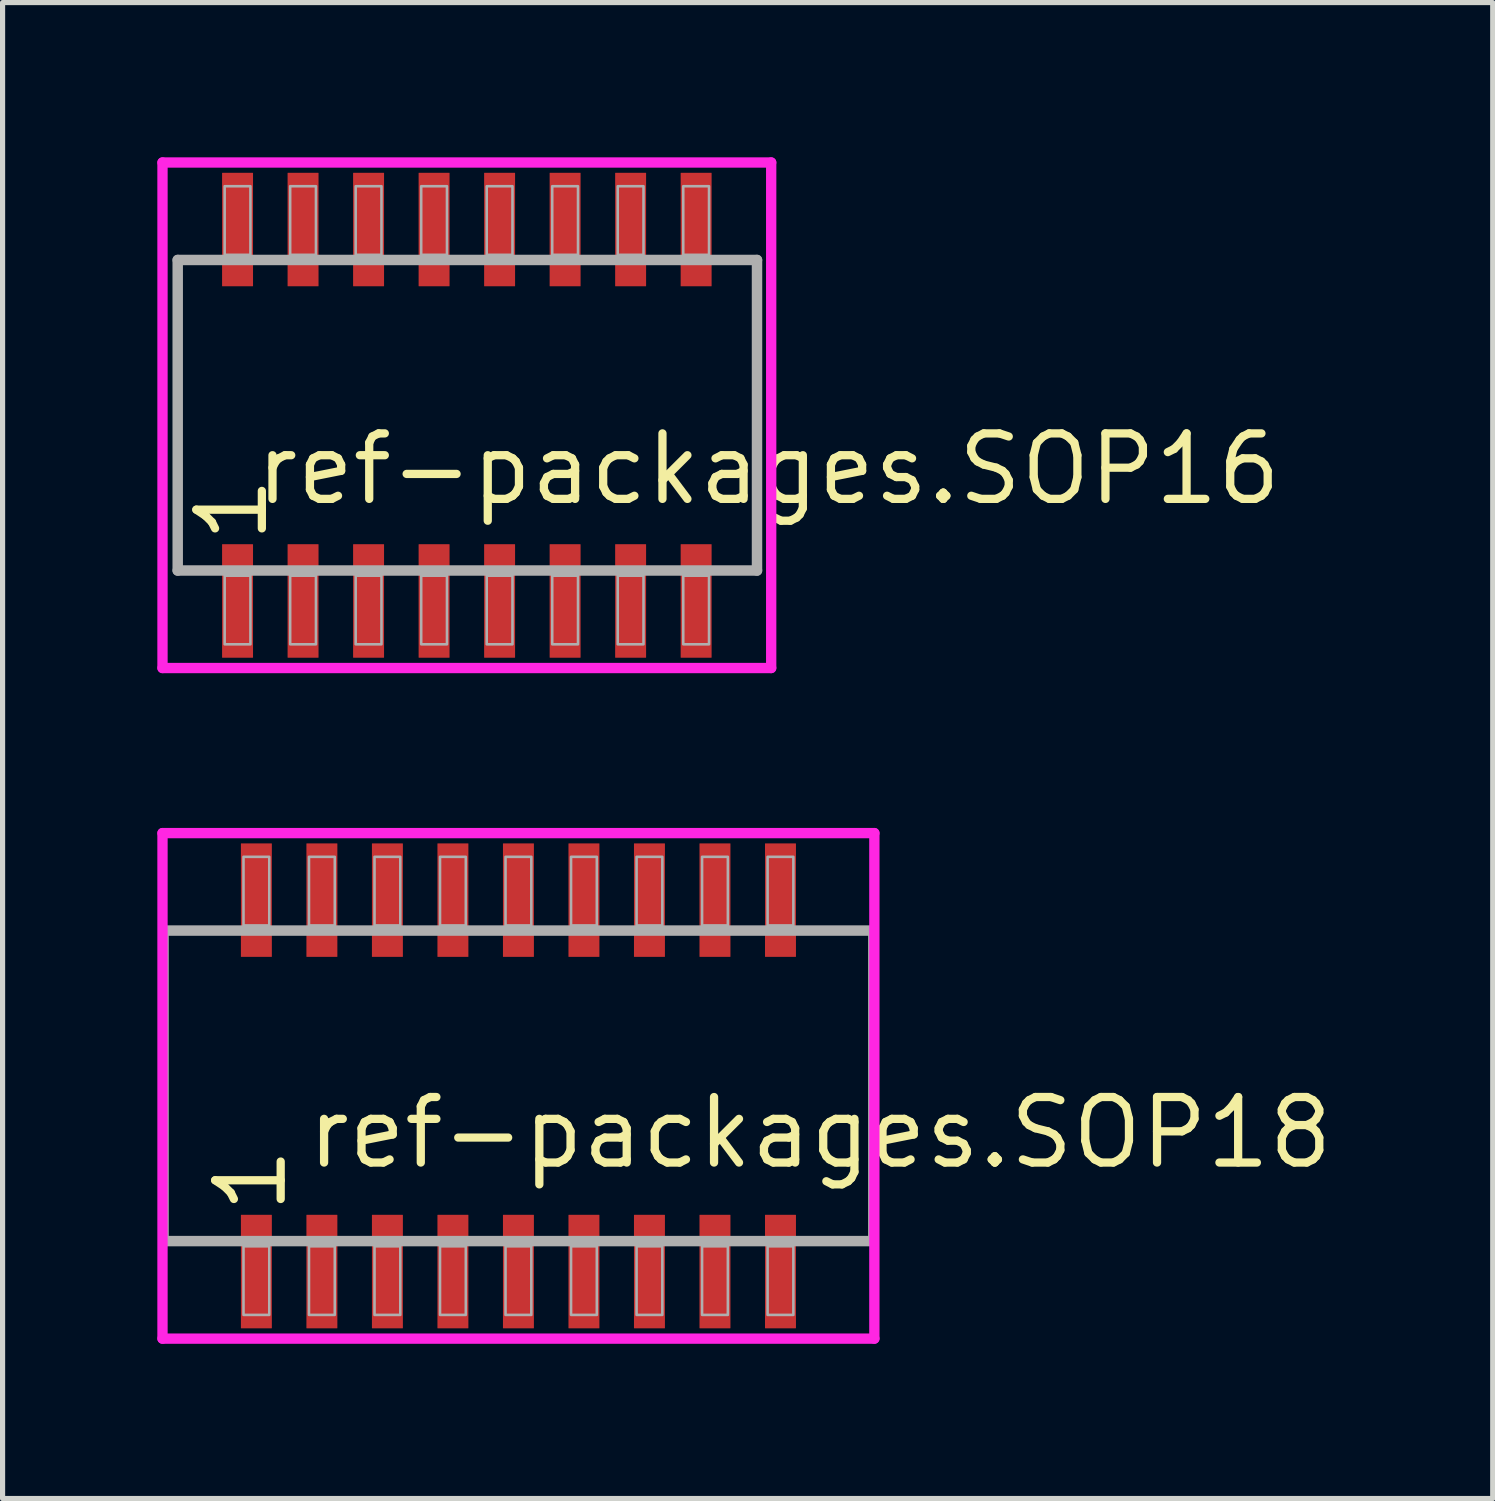
<source format=kicad_pcb>
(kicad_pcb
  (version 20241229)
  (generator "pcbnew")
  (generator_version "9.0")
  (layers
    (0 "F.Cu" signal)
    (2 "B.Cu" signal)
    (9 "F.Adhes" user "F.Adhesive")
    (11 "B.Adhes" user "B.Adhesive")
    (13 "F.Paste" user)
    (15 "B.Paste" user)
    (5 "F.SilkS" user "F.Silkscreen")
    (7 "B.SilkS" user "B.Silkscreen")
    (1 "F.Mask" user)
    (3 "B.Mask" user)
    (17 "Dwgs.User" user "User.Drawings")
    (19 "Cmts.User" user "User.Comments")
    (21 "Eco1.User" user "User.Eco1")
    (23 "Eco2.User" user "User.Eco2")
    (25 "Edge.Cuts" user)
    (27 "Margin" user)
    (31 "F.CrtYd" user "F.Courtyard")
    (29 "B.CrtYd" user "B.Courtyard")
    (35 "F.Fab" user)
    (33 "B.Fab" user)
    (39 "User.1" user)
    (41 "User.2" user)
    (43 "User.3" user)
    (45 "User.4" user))
  (footprint "ref-packages.SOP16"
    (layer "F.Cu")
    (at 6 5)
    (property "Reference" "ref-packages.SOP16" (at -4.175 1.785 0) (layer "F.SilkS") (effects (font (size 1.27 1.27) (thickness 0.16)) (justify left bottom)))
    (attr smd)
    (fp_line (start -5.9 -4.9) (end 5.9 -4.9) (stroke (width 0.2) (type default)) (layer "F.CrtYd"))
    (fp_line (start -5.9 4.9) (end -5.9 -4.9) (stroke (width 0.2) (type default)) (layer "F.CrtYd"))
    (fp_line (start 5.9 -4.9) (end 5.9 4.9) (stroke (width 0.2) (type default)) (layer "F.CrtYd"))
    (fp_line (start 5.9 4.9) (end -5.9 4.9) (stroke (width 0.2) (type default)) (layer "F.CrtYd"))
    (fp_line (start -5.605 -3.01) (end 5.625 -3.01) (stroke (width 0.203) (type default)) (layer "F.Fab"))
    (fp_line (start -5.605 3.01) (end -5.605 -3.01) (stroke (width 0.203) (type default)) (layer "F.Fab"))
    (fp_line (start 5.625 -3.01) (end 5.625 3.01) (stroke (width 0.203) (type default)) (layer "F.Fab"))
    (fp_line (start 5.625 3.01) (end -5.605 3.01) (stroke (width 0.203) (type default)) (layer "F.Fab"))
    (fp_rect (start -4.695 -3.11) (end -4.195 -4.44) (stroke (width 0.05) (type default)) (fill no) (layer "F.Fab"))
    (fp_rect (start -4.695 4.44) (end -4.195 3.11) (stroke (width 0.05) (type default)) (fill no) (layer "F.Fab"))
    (fp_rect (start -3.425 -3.11) (end -2.925 -4.44) (stroke (width 0.05) (type default)) (fill no) (layer "F.Fab"))
    (fp_rect (start -3.425 4.44) (end -2.925 3.11) (stroke (width 0.05) (type default)) (fill no) (layer "F.Fab"))
    (fp_rect (start -2.155 -3.11) (end -1.655 -4.44) (stroke (width 0.05) (type default)) (fill no) (layer "F.Fab"))
    (fp_rect (start -2.155 4.44) (end -1.655 3.11) (stroke (width 0.05) (type default)) (fill no) (layer "F.Fab"))
    (fp_rect (start -0.885 -3.11) (end -0.385 -4.44) (stroke (width 0.05) (type default)) (fill no) (layer "F.Fab"))
    (fp_rect (start -0.885 4.44) (end -0.385 3.11) (stroke (width 0.05) (type default)) (fill no) (layer "F.Fab"))
    (fp_rect (start 0.385 -3.11) (end 0.885 -4.44) (stroke (width 0.05) (type default)) (fill no) (layer "F.Fab"))
    (fp_rect (start 0.385 4.44) (end 0.885 3.11) (stroke (width 0.05) (type default)) (fill no) (layer "F.Fab"))
    (fp_rect (start 1.655 -3.11) (end 2.155 -4.44) (stroke (width 0.05) (type default)) (fill no) (layer "F.Fab"))
    (fp_rect (start 1.655 4.44) (end 2.155 3.11) (stroke (width 0.05) (type default)) (fill no) (layer "F.Fab"))
    (fp_rect (start 2.925 -3.11) (end 3.425 -4.44) (stroke (width 0.05) (type default)) (fill no) (layer "F.Fab"))
    (fp_rect (start 2.925 4.44) (end 3.425 3.11) (stroke (width 0.05) (type default)) (fill no) (layer "F.Fab"))
    (fp_rect (start 4.195 -3.11) (end 4.695 -4.44) (stroke (width 0.05) (type default)) (fill no) (layer "F.Fab"))
    (fp_rect (start 4.195 4.44) (end 4.695 3.11) (stroke (width 0.05) (type default)) (fill no) (layer "F.Fab"))
    (fp_text user "1" (at -3.81 2.54 90) (layer "F.SilkS") (effects (font (size 1.27 1.27) (thickness 0.16)) (justify left bottom)))
    (pad "1" smd roundrect (at -4.445 3.6) (size 0.6 2.2) (layers "F.Cu" "F.Mask" "F.Paste") (roundrect_rratio 0.01))
    (pad "2" smd roundrect (at -3.175 3.6) (size 0.6 2.2) (layers "F.Cu" "F.Mask" "F.Paste") (roundrect_rratio 0.01))
    (pad "3" smd roundrect (at -1.905 3.6) (size 0.6 2.2) (layers "F.Cu" "F.Mask" "F.Paste") (roundrect_rratio 0.01))
    (pad "4" smd roundrect (at -0.635 3.6) (size 0.6 2.2) (layers "F.Cu" "F.Mask" "F.Paste") (roundrect_rratio 0.01))
    (pad "5" smd roundrect (at 0.635 3.6) (size 0.6 2.2) (layers "F.Cu" "F.Mask" "F.Paste") (roundrect_rratio 0.01))
    (pad "6" smd roundrect (at 1.905 3.6) (size 0.6 2.2) (layers "F.Cu" "F.Mask" "F.Paste") (roundrect_rratio 0.01))
    (pad "7" smd roundrect (at 3.175 3.6) (size 0.6 2.2) (layers "F.Cu" "F.Mask" "F.Paste") (roundrect_rratio 0.01))
    (pad "8" smd roundrect (at 4.445 3.6) (size 0.6 2.2) (layers "F.Cu" "F.Mask" "F.Paste") (roundrect_rratio 0.01))
    (pad "9" smd roundrect (at 4.445 -3.6) (size 0.6 2.2) (layers "F.Cu" "F.Mask" "F.Paste") (roundrect_rratio 0.01))
    (pad "10" smd roundrect (at 3.175 -3.6) (size 0.6 2.2) (layers "F.Cu" "F.Mask" "F.Paste") (roundrect_rratio 0.01))
    (pad "11" smd roundrect (at 1.905 -3.6) (size 0.6 2.2) (layers "F.Cu" "F.Mask" "F.Paste") (roundrect_rratio 0.01))
    (pad "12" smd roundrect (at 0.635 -3.6) (size 0.6 2.2) (layers "F.Cu" "F.Mask" "F.Paste") (roundrect_rratio 0.01))
    (pad "13" smd roundrect (at -0.635 -3.6) (size 0.6 2.2) (layers "F.Cu" "F.Mask" "F.Paste") (roundrect_rratio 0.01))
    (pad "14" smd roundrect (at -1.905 -3.6) (size 0.6 2.2) (layers "F.Cu" "F.Mask" "F.Paste") (roundrect_rratio 0.01))
    (pad "15" smd roundrect (at -3.175 -3.6) (size 0.6 2.2) (layers "F.Cu" "F.Mask" "F.Paste") (roundrect_rratio 0.01))
    (pad "16" smd roundrect (at -4.445 -3.6) (size 0.6 2.2) (layers "F.Cu" "F.Mask" "F.Paste") (roundrect_rratio 0.01)))
  (footprint "ref-packages.SOP18"
    (layer "F.Cu")
    (at 7 18)
    (property "Reference" "ref-packages.SOP18" (at -4.175 1.65 0) (layer "F.SilkS") (effects (font (size 1.27 1.27) (thickness 0.16)) (justify left bottom)))
    (attr smd)
    (fp_line (start -6.9 -4.9) (end 6.9 -4.9) (stroke (width 0.2) (type default)) (layer "F.CrtYd"))
    (fp_line (start -6.9 4.9) (end -6.9 -4.9) (stroke (width 0.2) (type default)) (layer "F.CrtYd"))
    (fp_line (start 6.9 -4.9) (end 6.9 4.9) (stroke (width 0.2) (type default)) (layer "F.CrtYd"))
    (fp_line (start 6.9 4.9) (end -6.9 4.9) (stroke (width 0.2) (type default)) (layer "F.CrtYd"))
    (fp_line (start -6.88 -3.01) (end 6.88 -3.01) (stroke (width 0.203) (type default)) (layer "F.Fab"))
    (fp_line (start -6.88 3.01) (end -6.88 -3.01) (stroke (width 0.203) (type default)) (layer "F.Fab"))
    (fp_line (start 6.88 -3.01) (end 6.88 3.01) (stroke (width 0.203) (type default)) (layer "F.Fab"))
    (fp_line (start 6.88 3.01) (end -6.88 3.01) (stroke (width 0.203) (type default)) (layer "F.Fab"))
    (fp_rect (start -5.33 -3.11) (end -4.83 -4.44) (stroke (width 0.05) (type default)) (fill no) (layer "F.Fab"))
    (fp_rect (start -5.33 4.44) (end -4.83 3.11) (stroke (width 0.05) (type default)) (fill no) (layer "F.Fab"))
    (fp_rect (start -4.06 -3.11) (end -3.56 -4.44) (stroke (width 0.05) (type default)) (fill no) (layer "F.Fab"))
    (fp_rect (start -4.06 4.44) (end -3.56 3.11) (stroke (width 0.05) (type default)) (fill no) (layer "F.Fab"))
    (fp_rect (start -2.79 -3.11) (end -2.29 -4.44) (stroke (width 0.05) (type default)) (fill no) (layer "F.Fab"))
    (fp_rect (start -2.79 4.44) (end -2.29 3.11) (stroke (width 0.05) (type default)) (fill no) (layer "F.Fab"))
    (fp_rect (start -1.52 -3.11) (end -1.02 -4.44) (stroke (width 0.05) (type default)) (fill no) (layer "F.Fab"))
    (fp_rect (start -1.52 4.44) (end -1.02 3.11) (stroke (width 0.05) (type default)) (fill no) (layer "F.Fab"))
    (fp_rect (start -0.25 -3.11) (end 0.25 -4.44) (stroke (width 0.05) (type default)) (fill no) (layer "F.Fab"))
    (fp_rect (start -0.25 4.44) (end 0.25 3.11) (stroke (width 0.05) (type default)) (fill no) (layer "F.Fab"))
    (fp_rect (start 1.02 -3.11) (end 1.52 -4.44) (stroke (width 0.05) (type default)) (fill no) (layer "F.Fab"))
    (fp_rect (start 1.02 4.44) (end 1.52 3.11) (stroke (width 0.05) (type default)) (fill no) (layer "F.Fab"))
    (fp_rect (start 2.29 -3.11) (end 2.79 -4.44) (stroke (width 0.05) (type default)) (fill no) (layer "F.Fab"))
    (fp_rect (start 2.29 4.44) (end 2.79 3.11) (stroke (width 0.05) (type default)) (fill no) (layer "F.Fab"))
    (fp_rect (start 3.56 -3.11) (end 4.06 -4.44) (stroke (width 0.05) (type default)) (fill no) (layer "F.Fab"))
    (fp_rect (start 3.56 4.44) (end 4.06 3.11) (stroke (width 0.05) (type default)) (fill no) (layer "F.Fab"))
    (fp_rect (start 4.83 -3.11) (end 5.33 -4.44) (stroke (width 0.05) (type default)) (fill no) (layer "F.Fab"))
    (fp_rect (start 4.83 4.44) (end 5.33 3.11) (stroke (width 0.05) (type default)) (fill no) (layer "F.Fab"))
    (fp_text user "1" (at -4.445 2.54 90) (layer "F.SilkS") (effects (font (size 1.27 1.27) (thickness 0.16)) (justify left bottom)))
    (pad "1" smd roundrect (at -5.08 3.6) (size 0.6 2.2) (layers "F.Cu" "F.Mask" "F.Paste") (roundrect_rratio 0.01))
    (pad "2" smd roundrect (at -3.81 3.6) (size 0.6 2.2) (layers "F.Cu" "F.Mask" "F.Paste") (roundrect_rratio 0.01))
    (pad "3" smd roundrect (at -2.54 3.6) (size 0.6 2.2) (layers "F.Cu" "F.Mask" "F.Paste") (roundrect_rratio 0.01))
    (pad "4" smd roundrect (at -1.27 3.6) (size 0.6 2.2) (layers "F.Cu" "F.Mask" "F.Paste") (roundrect_rratio 0.01))
    (pad "5" smd roundrect (at 0 3.6) (size 0.6 2.2) (layers "F.Cu" "F.Mask" "F.Paste") (roundrect_rratio 0.01))
    (pad "6" smd roundrect (at 1.27 3.6) (size 0.6 2.2) (layers "F.Cu" "F.Mask" "F.Paste") (roundrect_rratio 0.01))
    (pad "7" smd roundrect (at 2.54 3.6) (size 0.6 2.2) (layers "F.Cu" "F.Mask" "F.Paste") (roundrect_rratio 0.01))
    (pad "8" smd roundrect (at 3.81 3.6) (size 0.6 2.2) (layers "F.Cu" "F.Mask" "F.Paste") (roundrect_rratio 0.01))
    (pad "9" smd roundrect (at 5.08 3.6) (size 0.6 2.2) (layers "F.Cu" "F.Mask" "F.Paste") (roundrect_rratio 0.01))
    (pad "10" smd roundrect (at 5.08 -3.6) (size 0.6 2.2) (layers "F.Cu" "F.Mask" "F.Paste") (roundrect_rratio 0.01))
    (pad "11" smd roundrect (at 3.81 -3.6) (size 0.6 2.2) (layers "F.Cu" "F.Mask" "F.Paste") (roundrect_rratio 0.01))
    (pad "12" smd roundrect (at 2.54 -3.6) (size 0.6 2.2) (layers "F.Cu" "F.Mask" "F.Paste") (roundrect_rratio 0.01))
    (pad "13" smd roundrect (at 1.27 -3.6) (size 0.6 2.2) (layers "F.Cu" "F.Mask" "F.Paste") (roundrect_rratio 0.01))
    (pad "14" smd roundrect (at 0 -3.6) (size 0.6 2.2) (layers "F.Cu" "F.Mask" "F.Paste") (roundrect_rratio 0.01))
    (pad "15" smd roundrect (at -1.27 -3.6) (size 0.6 2.2) (layers "F.Cu" "F.Mask" "F.Paste") (roundrect_rratio 0.01))
    (pad "16" smd roundrect (at -2.54 -3.6) (size 0.6 2.2) (layers "F.Cu" "F.Mask" "F.Paste") (roundrect_rratio 0.01))
    (pad "17" smd roundrect (at -3.81 -3.6) (size 0.6 2.2) (layers "F.Cu" "F.Mask" "F.Paste") (roundrect_rratio 0.01))
    (pad "18" smd roundrect (at -5.08 -3.6) (size 0.6 2.2) (layers "F.Cu" "F.Mask" "F.Paste") (roundrect_rratio 0.01)))
  (gr_rect
    (start -3 -3)
    (end 25.887 26)
    (stroke (width 0.1) (type default))
    (fill no)
    (layer "Edge.Cuts")))
</source>
